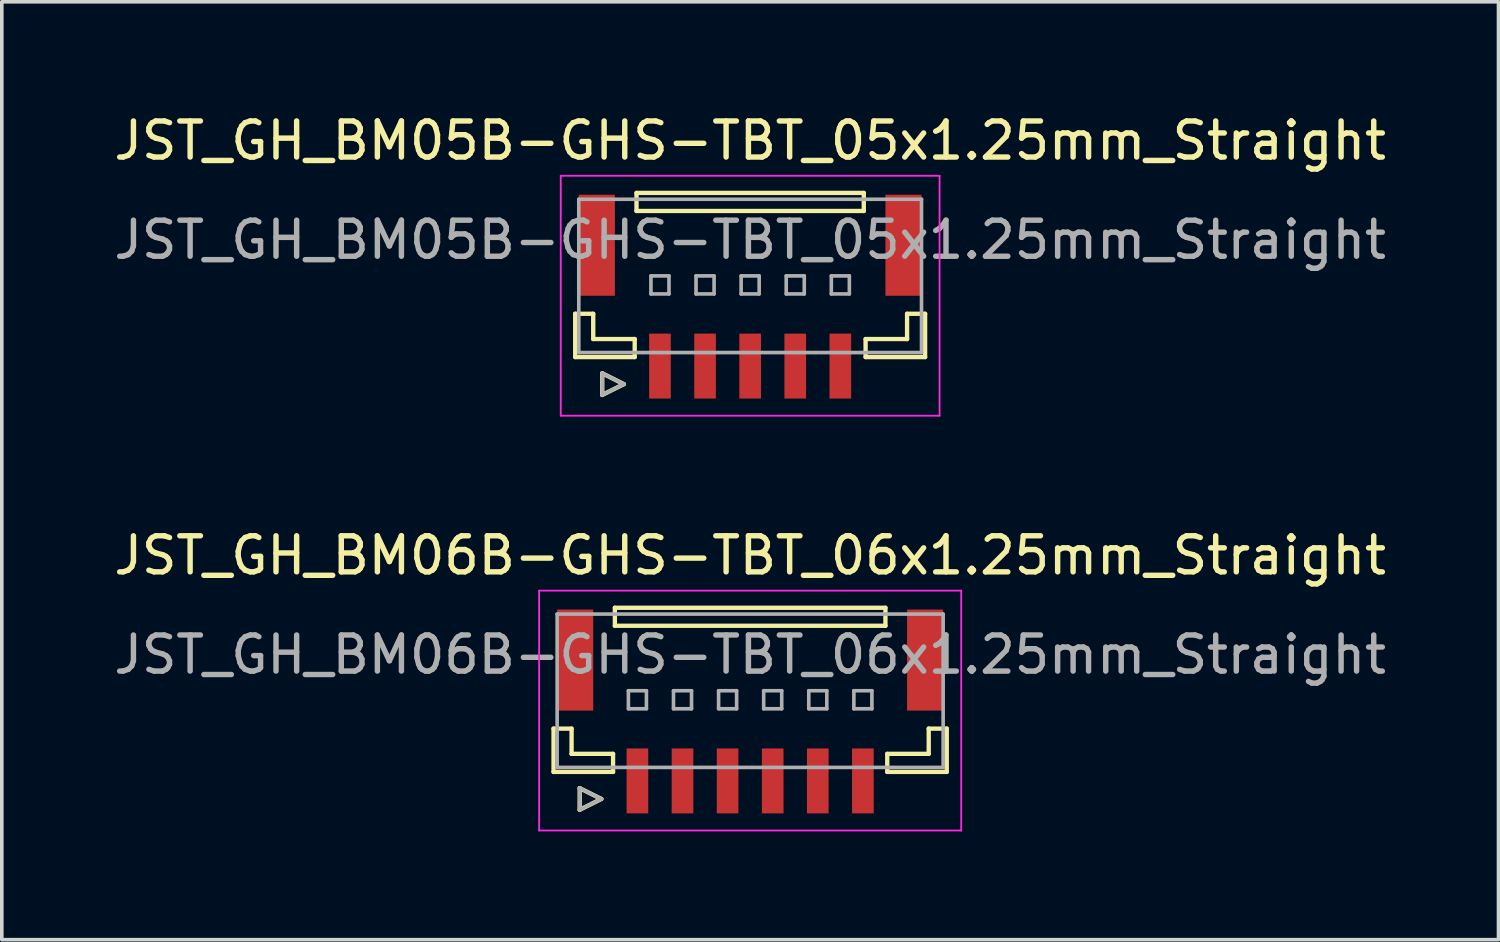
<source format=kicad_pcb>
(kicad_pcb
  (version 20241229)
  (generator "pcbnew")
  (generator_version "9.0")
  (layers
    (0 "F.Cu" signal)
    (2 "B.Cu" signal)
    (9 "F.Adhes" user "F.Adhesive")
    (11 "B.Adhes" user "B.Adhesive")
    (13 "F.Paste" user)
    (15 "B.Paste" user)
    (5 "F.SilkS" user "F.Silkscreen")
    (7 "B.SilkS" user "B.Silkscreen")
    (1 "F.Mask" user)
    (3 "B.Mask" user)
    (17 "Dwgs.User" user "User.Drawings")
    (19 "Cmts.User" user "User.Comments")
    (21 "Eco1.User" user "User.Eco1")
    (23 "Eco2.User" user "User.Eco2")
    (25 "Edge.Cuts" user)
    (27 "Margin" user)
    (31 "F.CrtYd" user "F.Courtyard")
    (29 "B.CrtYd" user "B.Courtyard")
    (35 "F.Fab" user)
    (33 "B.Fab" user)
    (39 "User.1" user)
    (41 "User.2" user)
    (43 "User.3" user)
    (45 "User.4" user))
  (footprint "JST_GH_BM06B-GHS-TBT_06x1.25mm_Straight"
    (layer "F.Cu")
    (at 17.744 16.922)
    (property "Reference" "JST_GH_BM06B-GHS-TBT_06x1.25mm_Straight" (at 0 -4.575 0) (layer "F.SilkS") (effects (font (size 1 1) (thickness 0.15))))
    (attr smd)
    (fp_line (start -5.45 0.225) (end -5.45 1.425) (stroke (width 0.12) (type solid)) (layer "F.SilkS"))
    (fp_line (start -5.45 1.425) (end -3.8 1.425) (stroke (width 0.12) (type solid)) (layer "F.SilkS"))
    (fp_line (start -4.95 0.225) (end -5.45 0.225) (stroke (width 0.12) (type solid)) (layer "F.SilkS"))
    (fp_line (start -4.95 0.925) (end -4.95 0.225) (stroke (width 0.12) (type solid)) (layer "F.SilkS"))
    (fp_line (start -4.725 1.875) (end -4.125 2.175) (stroke (width 0.12) (type solid)) (layer "F.SilkS"))
    (fp_line (start -4.725 2.475) (end -4.725 1.875) (stroke (width 0.12) (type solid)) (layer "F.SilkS"))
    (fp_line (start -4.125 2.175) (end -4.725 2.475) (stroke (width 0.12) (type solid)) (layer "F.SilkS"))
    (fp_line (start -3.8 0.925) (end -4.95 0.925) (stroke (width 0.12) (type solid)) (layer "F.SilkS"))
    (fp_line (start -3.8 1.425) (end -3.8 0.925) (stroke (width 0.12) (type solid)) (layer "F.SilkS"))
    (fp_line (start -3.75 -3.125) (end 3.75 -3.125) (stroke (width 0.12) (type solid)) (layer "F.SilkS"))
    (fp_line (start -3.75 -2.625) (end -3.75 -3.125) (stroke (width 0.12) (type solid)) (layer "F.SilkS"))
    (fp_line (start 3.75 -3.125) (end 3.75 -2.625) (stroke (width 0.12) (type solid)) (layer "F.SilkS"))
    (fp_line (start 3.75 -2.625) (end -3.75 -2.625) (stroke (width 0.12) (type solid)) (layer "F.SilkS"))
    (fp_line (start 3.8 0.925) (end 4.95 0.925) (stroke (width 0.12) (type solid)) (layer "F.SilkS"))
    (fp_line (start 3.8 1.425) (end 3.8 0.925) (stroke (width 0.12) (type solid)) (layer "F.SilkS"))
    (fp_line (start 4.95 0.225) (end 5.45 0.225) (stroke (width 0.12) (type solid)) (layer "F.SilkS"))
    (fp_line (start 4.95 0.925) (end 4.95 0.225) (stroke (width 0.12) (type solid)) (layer "F.SilkS"))
    (fp_line (start 5.45 0.225) (end 5.45 1.425) (stroke (width 0.12) (type solid)) (layer "F.SilkS"))
    (fp_line (start 5.45 1.425) (end 3.8 1.425) (stroke (width 0.12) (type solid)) (layer "F.SilkS"))
    (fp_line (start -5.85 -3.6) (end 5.85 -3.6) (stroke (width 0.05) (type solid)) (layer "F.CrtYd"))
    (fp_line (start -5.85 3.05) (end -5.85 -3.6) (stroke (width 0.05) (type solid)) (layer "F.CrtYd"))
    (fp_line (start 5.85 -3.6) (end 5.85 3.05) (stroke (width 0.05) (type solid)) (layer "F.CrtYd"))
    (fp_line (start 5.85 3.05) (end -5.85 3.05) (stroke (width 0.05) (type solid)) (layer "F.CrtYd"))
    (fp_line (start -5.35 -2.95) (end 5.35 -2.95) (stroke (width 0.1) (type solid)) (layer "F.Fab"))
    (fp_line (start -5.35 1.3) (end -5.35 -2.95) (stroke (width 0.1) (type solid)) (layer "F.Fab"))
    (fp_line (start -4.725 1.875) (end -4.125 2.175) (stroke (width 0.1) (type solid)) (layer "F.Fab"))
    (fp_line (start -4.725 2.475) (end -4.725 1.875) (stroke (width 0.1) (type solid)) (layer "F.Fab"))
    (fp_line (start -4.125 2.175) (end -4.725 2.475) (stroke (width 0.1) (type solid)) (layer "F.Fab"))
    (fp_line (start -3.375 -0.825) (end -2.875 -0.825) (stroke (width 0.1) (type solid)) (layer "F.Fab"))
    (fp_line (start -3.375 -0.325) (end -3.375 -0.825) (stroke (width 0.1) (type solid)) (layer "F.Fab"))
    (fp_line (start -2.875 -0.825) (end -2.875 -0.325) (stroke (width 0.1) (type solid)) (layer "F.Fab"))
    (fp_line (start -2.875 -0.325) (end -3.375 -0.325) (stroke (width 0.1) (type solid)) (layer "F.Fab"))
    (fp_line (start -2.125 -0.825) (end -1.625 -0.825) (stroke (width 0.1) (type solid)) (layer "F.Fab"))
    (fp_line (start -2.125 -0.325) (end -2.125 -0.825) (stroke (width 0.1) (type solid)) (layer "F.Fab"))
    (fp_line (start -1.625 -0.825) (end -1.625 -0.325) (stroke (width 0.1) (type solid)) (layer "F.Fab"))
    (fp_line (start -1.625 -0.325) (end -2.125 -0.325) (stroke (width 0.1) (type solid)) (layer "F.Fab"))
    (fp_line (start -0.875 -0.825) (end -0.375 -0.825) (stroke (width 0.1) (type solid)) (layer "F.Fab"))
    (fp_line (start -0.875 -0.325) (end -0.875 -0.825) (stroke (width 0.1) (type solid)) (layer "F.Fab"))
    (fp_line (start -0.375 -0.825) (end -0.375 -0.325) (stroke (width 0.1) (type solid)) (layer "F.Fab"))
    (fp_line (start -0.375 -0.325) (end -0.875 -0.325) (stroke (width 0.1) (type solid)) (layer "F.Fab"))
    (fp_line (start 0.375 -0.825) (end 0.875 -0.825) (stroke (width 0.1) (type solid)) (layer "F.Fab"))
    (fp_line (start 0.375 -0.325) (end 0.375 -0.825) (stroke (width 0.1) (type solid)) (layer "F.Fab"))
    (fp_line (start 0.875 -0.825) (end 0.875 -0.325) (stroke (width 0.1) (type solid)) (layer "F.Fab"))
    (fp_line (start 0.875 -0.325) (end 0.375 -0.325) (stroke (width 0.1) (type solid)) (layer "F.Fab"))
    (fp_line (start 1.625 -0.825) (end 2.125 -0.825) (stroke (width 0.1) (type solid)) (layer "F.Fab"))
    (fp_line (start 1.625 -0.325) (end 1.625 -0.825) (stroke (width 0.1) (type solid)) (layer "F.Fab"))
    (fp_line (start 2.125 -0.825) (end 2.125 -0.325) (stroke (width 0.1) (type solid)) (layer "F.Fab"))
    (fp_line (start 2.125 -0.325) (end 1.625 -0.325) (stroke (width 0.1) (type solid)) (layer "F.Fab"))
    (fp_line (start 2.875 -0.825) (end 3.375 -0.825) (stroke (width 0.1) (type solid)) (layer "F.Fab"))
    (fp_line (start 2.875 -0.325) (end 2.875 -0.825) (stroke (width 0.1) (type solid)) (layer "F.Fab"))
    (fp_line (start 3.375 -0.825) (end 3.375 -0.325) (stroke (width 0.1) (type solid)) (layer "F.Fab"))
    (fp_line (start 3.375 -0.325) (end 2.875 -0.325) (stroke (width 0.1) (type solid)) (layer "F.Fab"))
    (fp_line (start 5.35 -2.95) (end 5.35 1.3) (stroke (width 0.1) (type solid)) (layer "F.Fab"))
    (fp_line (start 5.35 1.3) (end -5.35 1.3) (stroke (width 0.1) (type solid)) (layer "F.Fab"))
    (fp_text user "${REFERENCE}" (at 0 -1.825 0) (layer "F.Fab") (effects (font (size 1 1) (thickness 0.15))))
    (pad "" smd rect (at -4.85 -1.675) (size 1 2.8) (layers "F.Cu" "F.Mask" "F.Paste"))
    (pad "" smd rect (at 4.85 -1.675) (size 1 2.8) (layers "F.Cu" "F.Mask" "F.Paste"))
    (pad "1" smd rect (at -3.125 1.675) (size 0.6 1.8) (layers "F.Cu" "F.Mask" "F.Paste"))
    (pad "2" smd rect (at -1.875 1.675) (size 0.6 1.8) (layers "F.Cu" "F.Mask" "F.Paste"))
    (pad "3" smd rect (at -0.625 1.675) (size 0.6 1.8) (layers "F.Cu" "F.Mask" "F.Paste"))
    (pad "4" smd rect (at 0.625 1.675) (size 0.6 1.8) (layers "F.Cu" "F.Mask" "F.Paste"))
    (pad "5" smd rect (at 1.875 1.675) (size 0.6 1.8) (layers "F.Cu" "F.Mask" "F.Paste"))
    (pad "6" smd rect (at 3.125 1.675) (size 0.6 1.8) (layers "F.Cu" "F.Mask" "F.Paste")))
  (footprint "JST_GH_BM05B-GHS-TBT_05x1.25mm_Straight"
    (layer "F.Cu")
    (at 17.744 5.423)
    (property "Reference" "JST_GH_BM05B-GHS-TBT_05x1.25mm_Straight" (at 0 -4.575 0) (layer "F.SilkS") (effects (font (size 1 1) (thickness 0.15))))
    (attr smd)
    (fp_line (start -4.85 0.225) (end -4.85 1.425) (stroke (width 0.12) (type solid)) (layer "F.SilkS"))
    (fp_line (start -4.85 1.425) (end -3.2 1.425) (stroke (width 0.12) (type solid)) (layer "F.SilkS"))
    (fp_line (start -4.35 0.225) (end -4.85 0.225) (stroke (width 0.12) (type solid)) (layer "F.SilkS"))
    (fp_line (start -4.35 0.925) (end -4.35 0.225) (stroke (width 0.12) (type solid)) (layer "F.SilkS"))
    (fp_line (start -4.1 1.875) (end -3.5 2.175) (stroke (width 0.12) (type solid)) (layer "F.SilkS"))
    (fp_line (start -4.1 2.475) (end -4.1 1.875) (stroke (width 0.12) (type solid)) (layer "F.SilkS"))
    (fp_line (start -3.5 2.175) (end -4.1 2.475) (stroke (width 0.12) (type solid)) (layer "F.SilkS"))
    (fp_line (start -3.2 0.925) (end -4.35 0.925) (stroke (width 0.12) (type solid)) (layer "F.SilkS"))
    (fp_line (start -3.2 1.425) (end -3.2 0.925) (stroke (width 0.12) (type solid)) (layer "F.SilkS"))
    (fp_line (start -3.15 -3.125) (end 3.15 -3.125) (stroke (width 0.12) (type solid)) (layer "F.SilkS"))
    (fp_line (start -3.15 -2.625) (end -3.15 -3.125) (stroke (width 0.12) (type solid)) (layer "F.SilkS"))
    (fp_line (start 3.15 -3.125) (end 3.15 -2.625) (stroke (width 0.12) (type solid)) (layer "F.SilkS"))
    (fp_line (start 3.15 -2.625) (end -3.15 -2.625) (stroke (width 0.12) (type solid)) (layer "F.SilkS"))
    (fp_line (start 3.2 0.925) (end 4.35 0.925) (stroke (width 0.12) (type solid)) (layer "F.SilkS"))
    (fp_line (start 3.2 1.425) (end 3.2 0.925) (stroke (width 0.12) (type solid)) (layer "F.SilkS"))
    (fp_line (start 4.35 0.225) (end 4.85 0.225) (stroke (width 0.12) (type solid)) (layer "F.SilkS"))
    (fp_line (start 4.35 0.925) (end 4.35 0.225) (stroke (width 0.12) (type solid)) (layer "F.SilkS"))
    (fp_line (start 4.85 0.225) (end 4.85 1.425) (stroke (width 0.12) (type solid)) (layer "F.SilkS"))
    (fp_line (start 4.85 1.425) (end 3.2 1.425) (stroke (width 0.12) (type solid)) (layer "F.SilkS"))
    (fp_line (start -5.25 -3.6) (end 5.25 -3.6) (stroke (width 0.05) (type solid)) (layer "F.CrtYd"))
    (fp_line (start -5.25 3.05) (end -5.25 -3.6) (stroke (width 0.05) (type solid)) (layer "F.CrtYd"))
    (fp_line (start 5.25 -3.6) (end 5.25 3.05) (stroke (width 0.05) (type solid)) (layer "F.CrtYd"))
    (fp_line (start 5.25 3.05) (end -5.25 3.05) (stroke (width 0.05) (type solid)) (layer "F.CrtYd"))
    (fp_line (start -4.75 -2.95) (end 4.75 -2.95) (stroke (width 0.1) (type solid)) (layer "F.Fab"))
    (fp_line (start -4.75 1.3) (end -4.75 -2.95) (stroke (width 0.1) (type solid)) (layer "F.Fab"))
    (fp_line (start -4.1 1.875) (end -3.5 2.175) (stroke (width 0.1) (type solid)) (layer "F.Fab"))
    (fp_line (start -4.1 2.475) (end -4.1 1.875) (stroke (width 0.1) (type solid)) (layer "F.Fab"))
    (fp_line (start -3.5 2.175) (end -4.1 2.475) (stroke (width 0.1) (type solid)) (layer "F.Fab"))
    (fp_line (start -2.75 -0.825) (end -2.25 -0.825) (stroke (width 0.1) (type solid)) (layer "F.Fab"))
    (fp_line (start -2.75 -0.325) (end -2.75 -0.825) (stroke (width 0.1) (type solid)) (layer "F.Fab"))
    (fp_line (start -2.25 -0.825) (end -2.25 -0.325) (stroke (width 0.1) (type solid)) (layer "F.Fab"))
    (fp_line (start -2.25 -0.325) (end -2.75 -0.325) (stroke (width 0.1) (type solid)) (layer "F.Fab"))
    (fp_line (start -1.5 -0.825) (end -1 -0.825) (stroke (width 0.1) (type solid)) (layer "F.Fab"))
    (fp_line (start -1.5 -0.325) (end -1.5 -0.825) (stroke (width 0.1) (type solid)) (layer "F.Fab"))
    (fp_line (start -1 -0.825) (end -1 -0.325) (stroke (width 0.1) (type solid)) (layer "F.Fab"))
    (fp_line (start -1 -0.325) (end -1.5 -0.325) (stroke (width 0.1) (type solid)) (layer "F.Fab"))
    (fp_line (start -0.25 -0.825) (end 0.25 -0.825) (stroke (width 0.1) (type solid)) (layer "F.Fab"))
    (fp_line (start -0.25 -0.325) (end -0.25 -0.825) (stroke (width 0.1) (type solid)) (layer "F.Fab"))
    (fp_line (start 0.25 -0.825) (end 0.25 -0.325) (stroke (width 0.1) (type solid)) (layer "F.Fab"))
    (fp_line (start 0.25 -0.325) (end -0.25 -0.325) (stroke (width 0.1) (type solid)) (layer "F.Fab"))
    (fp_line (start 1 -0.825) (end 1.5 -0.825) (stroke (width 0.1) (type solid)) (layer "F.Fab"))
    (fp_line (start 1 -0.325) (end 1 -0.825) (stroke (width 0.1) (type solid)) (layer "F.Fab"))
    (fp_line (start 1.5 -0.825) (end 1.5 -0.325) (stroke (width 0.1) (type solid)) (layer "F.Fab"))
    (fp_line (start 1.5 -0.325) (end 1 -0.325) (stroke (width 0.1) (type solid)) (layer "F.Fab"))
    (fp_line (start 2.25 -0.825) (end 2.75 -0.825) (stroke (width 0.1) (type solid)) (layer "F.Fab"))
    (fp_line (start 2.25 -0.325) (end 2.25 -0.825) (stroke (width 0.1) (type solid)) (layer "F.Fab"))
    (fp_line (start 2.75 -0.825) (end 2.75 -0.325) (stroke (width 0.1) (type solid)) (layer "F.Fab"))
    (fp_line (start 2.75 -0.325) (end 2.25 -0.325) (stroke (width 0.1) (type solid)) (layer "F.Fab"))
    (fp_line (start 4.75 -2.95) (end 4.75 1.3) (stroke (width 0.1) (type solid)) (layer "F.Fab"))
    (fp_line (start 4.75 1.3) (end -4.75 1.3) (stroke (width 0.1) (type solid)) (layer "F.Fab"))
    (fp_text user "${REFERENCE}" (at 0 -1.825 0) (layer "F.Fab") (effects (font (size 1 1) (thickness 0.15))))
    (pad "" smd rect (at -4.25 -1.675) (size 1 2.8) (layers "F.Cu" "F.Mask" "F.Paste"))
    (pad "" smd rect (at 4.25 -1.675) (size 1 2.8) (layers "F.Cu" "F.Mask" "F.Paste"))
    (pad "1" smd rect (at -2.5 1.675) (size 0.6 1.8) (layers "F.Cu" "F.Mask" "F.Paste"))
    (pad "2" smd rect (at -1.25 1.675) (size 0.6 1.8) (layers "F.Cu" "F.Mask" "F.Paste"))
    (pad "3" smd rect (at 0 1.675) (size 0.6 1.8) (layers "F.Cu" "F.Mask" "F.Paste"))
    (pad "4" smd rect (at 1.25 1.675) (size 0.6 1.8) (layers "F.Cu" "F.Mask" "F.Paste"))
    (pad "5" smd rect (at 2.5 1.675) (size 0.6 1.8) (layers "F.Cu" "F.Mask" "F.Paste")))
  (gr_rect
    (start -3 -3)
    (end 38.488 22.997)
    (stroke (width 0.1) (type default))
    (fill no)
    (layer "Edge.Cuts")))
</source>
